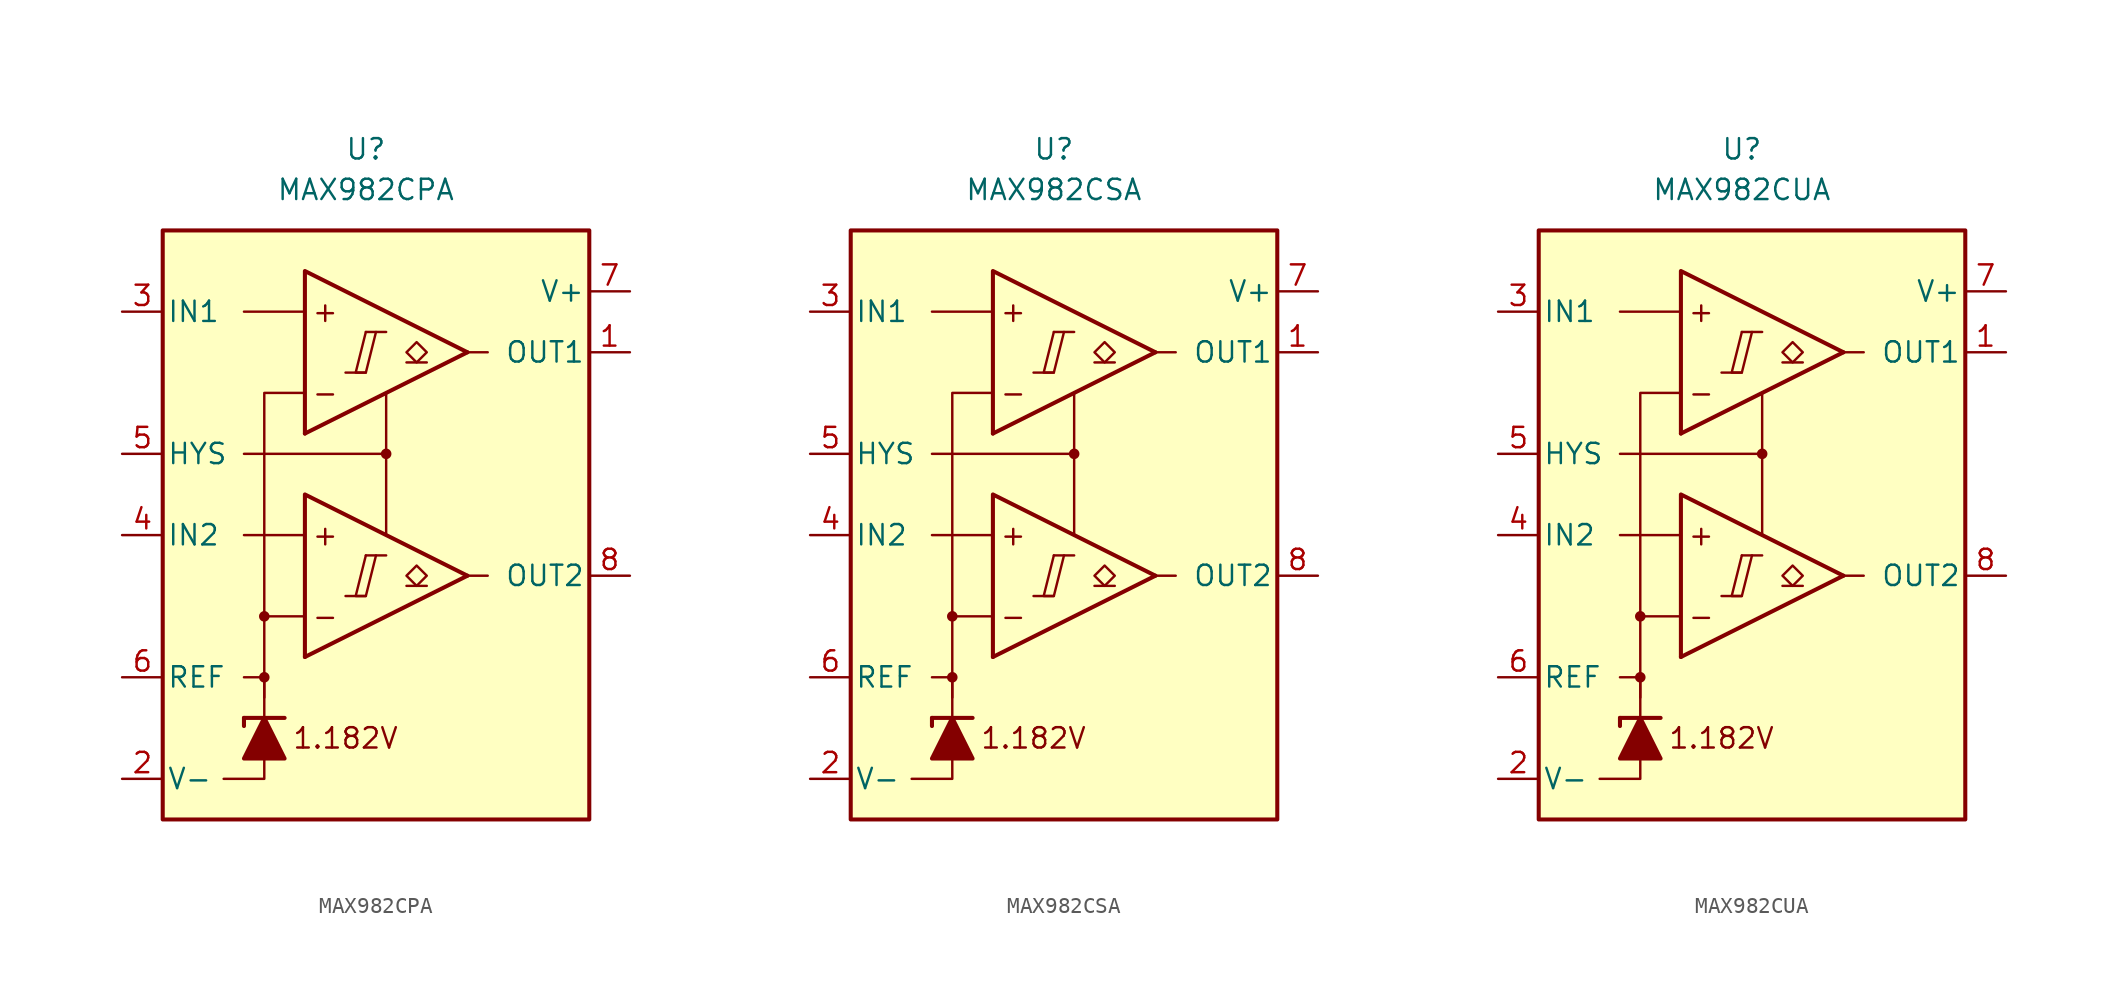
<source format=kicad_sym>
(kicad_symbol_lib
  (version 20231120)
  (generator "kicad_symbol_editor")
  (generator_version "8.0")
  (symbol "MAX982CPA"
    (pin_names
      (offset 0.254))
    (property "Reference" "U"
      (at -1.27 22.86 0)
      (effects (font (size 1.27 1.27))))
    (property "Value" "MAX982CPA"
      (at -1.27 20.32 0)
      (effects (font (size 1.27 1.27))))
    (symbol "MAX982CPA_0_0"
      (rectangle (start -13.97 17.78) (end 12.7 -19.05) (stroke (width 0.254) (type default)) (fill (type background)))
      (circle (center -7.62 -10.16) (radius 0.254) (stroke (width 0.152) (type default)) (fill (type outline)))
      (circle (center -7.62 -6.35) (radius 0.254) (stroke (width 0.152) (type default)) (fill (type outline)))
      (polyline (pts (xy -2.54 -5.08) (xy -1.27 -5.08)) (stroke (width 0.152) (type default)) (fill (type none)))
      (polyline (pts (xy -2.54 8.89) (xy -1.27 8.89)) (stroke (width 0.152) (type default)) (fill (type none)))
      (polyline (pts (xy -1.27 -2.54) (xy 0 -2.54)) (stroke (width 0.152) (type default)) (fill (type none)))
      (polyline (pts (xy -1.27 11.43) (xy 0 11.43)) (stroke (width 0.152) (type default)) (fill (type none)))
      (polyline (pts (xy 5.08 -3.81) (xy -5.08 -8.89)) (stroke (width 0.254) (type default)) (fill (type none)))
      (polyline (pts (xy 5.08 10.16) (xy -5.08 5.08)) (stroke (width 0.254) (type default)) (fill (type none)))
      (polyline (pts (xy 5.08 -3.81) (xy -5.08 1.27) (xy -5.08 -8.89)) (stroke (width 0.254) (type default)) (fill (type background)))
      (polyline (pts (xy 5.08 10.16) (xy -5.08 15.24) (xy -5.08 5.08)) (stroke (width 0.254) (type default)) (fill (type background)))
      (polyline (pts (xy -1.27 -2.54) (xy -1.905 -5.08) (xy -1.27 -5.08) (xy -0.635 -2.54)) (stroke (width 0.152) (type default)) (fill (type none)))
      (polyline (pts (xy -1.27 11.43) (xy -1.905 8.89) (xy -1.27 8.89) (xy -0.635 11.43)) (stroke (width 0.152) (type default)) (fill (type none)))
      (circle (center 0 3.81) (radius 0.254) (stroke (width 0.152) (type default)) (fill (type outline)))
      (text "+" (at -3.81 -1.27 0) (effects (font (size 1.27 1.27))))
      (text "+" (at -3.81 12.7 0) (effects (font (size 1.27 1.27))))
      (text "-" (at -3.81 -6.35 0) (effects (font (size 1.27 1.27))))
      (text "-" (at -3.81 7.62 0) (effects (font (size 1.27 1.27))))
      (text "1.182V" (at -2.54 -13.97 0) (effects (font (size 1.27 1.27)))))
    (symbol "MAX982CPA_0_1"
      (polyline (pts (xy -8.89 -12.7) (xy -8.89 -13.208)) (stroke (width 0.254) (type default)) (fill (type none)))
      (polyline (pts (xy -8.89 -12.7) (xy -6.35 -12.7)) (stroke (width 0.254) (type default)) (fill (type none)))
      (polyline (pts (xy -5.08 -1.27) (xy -8.89 -1.27)) (stroke (width 0) (type default)) (fill (type none)))
      (polyline (pts (xy -5.08 12.7) (xy -8.89 12.7)) (stroke (width 0) (type default)) (fill (type none)))
      (polyline (pts (xy 0 3.81) (xy 0 -1.27)) (stroke (width 0) (type default)) (fill (type none)))
      (polyline (pts (xy 5.08 -3.81) (xy 6.35 -3.81)) (stroke (width 0) (type default)) (fill (type none)))
      (polyline (pts (xy 5.08 10.16) (xy 6.35 10.16)) (stroke (width 0) (type default)) (fill (type none)))
      (polyline (pts (xy -7.62 -15.24) (xy -7.62 -16.51) (xy -10.16 -16.51)) (stroke (width 0) (type default)) (fill (type none)))
      (polyline (pts (xy -7.62 -12.7) (xy -7.62 -10.16) (xy -8.89 -10.16)) (stroke (width 0) (type default)) (fill (type none)))
      (polyline (pts (xy -7.62 -11.43) (xy -7.62 -6.35) (xy -5.08 -6.35)) (stroke (width 0) (type default)) (fill (type none)))
      (polyline (pts (xy -7.62 -6.35) (xy -7.62 7.62) (xy -5.08 7.62)) (stroke (width 0) (type default)) (fill (type none)))
      (polyline (pts (xy 0 7.62) (xy 0 3.81) (xy -8.89 3.81)) (stroke (width 0) (type default)) (fill (type none)))
      (polyline (pts (xy -6.35 -15.24) (xy -8.89 -15.24) (xy -7.62 -12.7) (xy -6.35 -15.24)) (stroke (width 0.254) (type default)) (fill (type outline))))
    (symbol "MAX982CPA_1_1"
      (polyline (pts (xy 2.54 -4.445) (xy 1.27 -4.445)) (stroke (width 0.152) (type default)) (fill (type none)))
      (polyline (pts (xy 2.54 9.525) (xy 1.27 9.525)) (stroke (width 0.152) (type default)) (fill (type none)))
      (polyline (pts (xy 1.905 -4.445) (xy 1.27 -3.81) (xy 1.905 -3.175) (xy 2.54 -3.81) (xy 1.905 -4.445)) (stroke (width 0.152) (type default)) (fill (type none)))
      (polyline (pts (xy 1.905 9.525) (xy 1.27 10.16) (xy 1.905 10.795) (xy 2.54 10.16) (xy 1.905 9.525)) (stroke (width 0.152) (type default)) (fill (type none)))
      (pin output line (at 15.24 10.16 180) (length 2.54) (name "OUT1" (effects (font (size 1.27 1.27)))) (number "1" (effects (font (size 1.27 1.27)))))
      (pin power_in line (at -16.51 -16.51 0) (length 2.54) (name "V-" (effects (font (size 1.27 1.27)))) (number "2" (effects (font (size 1.27 1.27)))))
      (pin input line (at -16.51 12.7 0) (length 2.54) (name "IN1" (effects (font (size 1.27 1.27)))) (number "3" (effects (font (size 1.27 1.27)))))
      (pin input line (at -16.51 -1.27 0) (length 2.54) (name "IN2" (effects (font (size 1.27 1.27)))) (number "4" (effects (font (size 1.27 1.27)))))
      (pin input line (at -16.51 3.81 0) (length 2.54) (name "HYS" (effects (font (size 1.27 1.27)))) (number "5" (effects (font (size 1.27 1.27)))))
      (pin output line (at -16.51 -10.16 0) (length 2.54) (name "REF" (effects (font (size 1.27 1.27)))) (number "6" (effects (font (size 1.27 1.27)))))
      (pin power_in line (at 15.24 13.97 180) (length 2.54) (name "V+" (effects (font (size 1.27 1.27)))) (number "7" (effects (font (size 1.27 1.27)))))
      (pin output line (at 15.24 -3.81 180) (length 2.54) (name "OUT2" (effects (font (size 1.27 1.27)))) (number "8" (effects (font (size 1.27 1.27)))))))
  (symbol "MAX982CSA"
    (pin_names
      (offset 0.254))
    (property "Reference" "U"
      (at -1.27 22.86 0)
      (effects (font (size 1.27 1.27))))
    (property "Value" "MAX982CSA"
      (at -1.27 20.32 0)
      (effects (font (size 1.27 1.27))))
    (symbol "MAX982CSA_0_0"
      (rectangle (start -13.97 17.78) (end 12.7 -19.05) (stroke (width 0.254) (type default)) (fill (type background)))
      (circle (center -7.62 -10.16) (radius 0.254) (stroke (width 0.152) (type default)) (fill (type outline)))
      (circle (center -7.62 -6.35) (radius 0.254) (stroke (width 0.152) (type default)) (fill (type outline)))
      (polyline (pts (xy -2.54 -5.08) (xy -1.27 -5.08)) (stroke (width 0.152) (type default)) (fill (type none)))
      (polyline (pts (xy -2.54 8.89) (xy -1.27 8.89)) (stroke (width 0.152) (type default)) (fill (type none)))
      (polyline (pts (xy -1.27 -2.54) (xy 0 -2.54)) (stroke (width 0.152) (type default)) (fill (type none)))
      (polyline (pts (xy -1.27 11.43) (xy 0 11.43)) (stroke (width 0.152) (type default)) (fill (type none)))
      (polyline (pts (xy 5.08 -3.81) (xy -5.08 -8.89)) (stroke (width 0.254) (type default)) (fill (type none)))
      (polyline (pts (xy 5.08 10.16) (xy -5.08 5.08)) (stroke (width 0.254) (type default)) (fill (type none)))
      (polyline (pts (xy 5.08 -3.81) (xy -5.08 1.27) (xy -5.08 -8.89)) (stroke (width 0.254) (type default)) (fill (type background)))
      (polyline (pts (xy 5.08 10.16) (xy -5.08 15.24) (xy -5.08 5.08)) (stroke (width 0.254) (type default)) (fill (type background)))
      (polyline (pts (xy -1.27 -2.54) (xy -1.905 -5.08) (xy -1.27 -5.08) (xy -0.635 -2.54)) (stroke (width 0.152) (type default)) (fill (type none)))
      (polyline (pts (xy -1.27 11.43) (xy -1.905 8.89) (xy -1.27 8.89) (xy -0.635 11.43)) (stroke (width 0.152) (type default)) (fill (type none)))
      (circle (center 0 3.81) (radius 0.254) (stroke (width 0.152) (type default)) (fill (type outline)))
      (text "+" (at -3.81 -1.27 0) (effects (font (size 1.27 1.27))))
      (text "+" (at -3.81 12.7 0) (effects (font (size 1.27 1.27))))
      (text "-" (at -3.81 -6.35 0) (effects (font (size 1.27 1.27))))
      (text "-" (at -3.81 7.62 0) (effects (font (size 1.27 1.27))))
      (text "1.182V" (at -2.54 -13.97 0) (effects (font (size 1.27 1.27)))))
    (symbol "MAX982CSA_0_1"
      (polyline (pts (xy -8.89 -12.7) (xy -8.89 -13.208)) (stroke (width 0.254) (type default)) (fill (type none)))
      (polyline (pts (xy -8.89 -12.7) (xy -6.35 -12.7)) (stroke (width 0.254) (type default)) (fill (type none)))
      (polyline (pts (xy -5.08 -1.27) (xy -8.89 -1.27)) (stroke (width 0) (type default)) (fill (type none)))
      (polyline (pts (xy -5.08 12.7) (xy -8.89 12.7)) (stroke (width 0) (type default)) (fill (type none)))
      (polyline (pts (xy 0 3.81) (xy 0 -1.27)) (stroke (width 0) (type default)) (fill (type none)))
      (polyline (pts (xy 5.08 -3.81) (xy 6.35 -3.81)) (stroke (width 0) (type default)) (fill (type none)))
      (polyline (pts (xy 5.08 10.16) (xy 6.35 10.16)) (stroke (width 0) (type default)) (fill (type none)))
      (polyline (pts (xy -7.62 -15.24) (xy -7.62 -16.51) (xy -10.16 -16.51)) (stroke (width 0) (type default)) (fill (type none)))
      (polyline (pts (xy -7.62 -12.7) (xy -7.62 -10.16) (xy -8.89 -10.16)) (stroke (width 0) (type default)) (fill (type none)))
      (polyline (pts (xy -7.62 -11.43) (xy -7.62 -6.35) (xy -5.08 -6.35)) (stroke (width 0) (type default)) (fill (type none)))
      (polyline (pts (xy -7.62 -6.35) (xy -7.62 7.62) (xy -5.08 7.62)) (stroke (width 0) (type default)) (fill (type none)))
      (polyline (pts (xy 0 7.62) (xy 0 3.81) (xy -8.89 3.81)) (stroke (width 0) (type default)) (fill (type none)))
      (polyline (pts (xy -6.35 -15.24) (xy -8.89 -15.24) (xy -7.62 -12.7) (xy -6.35 -15.24)) (stroke (width 0.254) (type default)) (fill (type outline))))
    (symbol "MAX982CSA_1_1"
      (polyline (pts (xy 2.54 -4.445) (xy 1.27 -4.445)) (stroke (width 0.152) (type default)) (fill (type none)))
      (polyline (pts (xy 2.54 9.525) (xy 1.27 9.525)) (stroke (width 0.152) (type default)) (fill (type none)))
      (polyline (pts (xy 1.905 -4.445) (xy 1.27 -3.81) (xy 1.905 -3.175) (xy 2.54 -3.81) (xy 1.905 -4.445)) (stroke (width 0.152) (type default)) (fill (type none)))
      (polyline (pts (xy 1.905 9.525) (xy 1.27 10.16) (xy 1.905 10.795) (xy 2.54 10.16) (xy 1.905 9.525)) (stroke (width 0.152) (type default)) (fill (type none)))
      (pin output line (at 15.24 10.16 180) (length 2.54) (name "OUT1" (effects (font (size 1.27 1.27)))) (number "1" (effects (font (size 1.27 1.27)))))
      (pin power_in line (at -16.51 -16.51 0) (length 2.54) (name "V-" (effects (font (size 1.27 1.27)))) (number "2" (effects (font (size 1.27 1.27)))))
      (pin input line (at -16.51 12.7 0) (length 2.54) (name "IN1" (effects (font (size 1.27 1.27)))) (number "3" (effects (font (size 1.27 1.27)))))
      (pin input line (at -16.51 -1.27 0) (length 2.54) (name "IN2" (effects (font (size 1.27 1.27)))) (number "4" (effects (font (size 1.27 1.27)))))
      (pin input line (at -16.51 3.81 0) (length 2.54) (name "HYS" (effects (font (size 1.27 1.27)))) (number "5" (effects (font (size 1.27 1.27)))))
      (pin output line (at -16.51 -10.16 0) (length 2.54) (name "REF" (effects (font (size 1.27 1.27)))) (number "6" (effects (font (size 1.27 1.27)))))
      (pin power_in line (at 15.24 13.97 180) (length 2.54) (name "V+" (effects (font (size 1.27 1.27)))) (number "7" (effects (font (size 1.27 1.27)))))
      (pin output line (at 15.24 -3.81 180) (length 2.54) (name "OUT2" (effects (font (size 1.27 1.27)))) (number "8" (effects (font (size 1.27 1.27)))))))
  (symbol "MAX982CUA"
    (pin_names
      (offset 0.254))
    (property "Reference" "U"
      (at -1.27 22.86 0)
      (effects (font (size 1.27 1.27))))
    (property "Value" "MAX982CUA"
      (at -1.27 20.32 0)
      (effects (font (size 1.27 1.27))))
    (symbol "MAX982CUA_0_0"
      (rectangle (start -13.97 17.78) (end 12.7 -19.05) (stroke (width 0.254) (type default)) (fill (type background)))
      (circle (center -7.62 -10.16) (radius 0.254) (stroke (width 0.152) (type default)) (fill (type outline)))
      (circle (center -7.62 -6.35) (radius 0.254) (stroke (width 0.152) (type default)) (fill (type outline)))
      (polyline (pts (xy -2.54 -5.08) (xy -1.27 -5.08)) (stroke (width 0.152) (type default)) (fill (type none)))
      (polyline (pts (xy -2.54 8.89) (xy -1.27 8.89)) (stroke (width 0.152) (type default)) (fill (type none)))
      (polyline (pts (xy -1.27 -2.54) (xy 0 -2.54)) (stroke (width 0.152) (type default)) (fill (type none)))
      (polyline (pts (xy -1.27 11.43) (xy 0 11.43)) (stroke (width 0.152) (type default)) (fill (type none)))
      (polyline (pts (xy 5.08 -3.81) (xy -5.08 -8.89)) (stroke (width 0.254) (type default)) (fill (type none)))
      (polyline (pts (xy 5.08 10.16) (xy -5.08 5.08)) (stroke (width 0.254) (type default)) (fill (type none)))
      (polyline (pts (xy 5.08 -3.81) (xy -5.08 1.27) (xy -5.08 -8.89)) (stroke (width 0.254) (type default)) (fill (type background)))
      (polyline (pts (xy 5.08 10.16) (xy -5.08 15.24) (xy -5.08 5.08)) (stroke (width 0.254) (type default)) (fill (type background)))
      (polyline (pts (xy -1.27 -2.54) (xy -1.905 -5.08) (xy -1.27 -5.08) (xy -0.635 -2.54)) (stroke (width 0.152) (type default)) (fill (type none)))
      (polyline (pts (xy -1.27 11.43) (xy -1.905 8.89) (xy -1.27 8.89) (xy -0.635 11.43)) (stroke (width 0.152) (type default)) (fill (type none)))
      (circle (center 0 3.81) (radius 0.254) (stroke (width 0.152) (type default)) (fill (type outline)))
      (text "+" (at -3.81 -1.27 0) (effects (font (size 1.27 1.27))))
      (text "+" (at -3.81 12.7 0) (effects (font (size 1.27 1.27))))
      (text "-" (at -3.81 -6.35 0) (effects (font (size 1.27 1.27))))
      (text "-" (at -3.81 7.62 0) (effects (font (size 1.27 1.27))))
      (text "1.182V" (at -2.54 -13.97 0) (effects (font (size 1.27 1.27)))))
    (symbol "MAX982CUA_0_1"
      (polyline (pts (xy -8.89 -12.7) (xy -8.89 -13.208)) (stroke (width 0.254) (type default)) (fill (type none)))
      (polyline (pts (xy -8.89 -12.7) (xy -6.35 -12.7)) (stroke (width 0.254) (type default)) (fill (type none)))
      (polyline (pts (xy -5.08 -1.27) (xy -8.89 -1.27)) (stroke (width 0) (type default)) (fill (type none)))
      (polyline (pts (xy -5.08 12.7) (xy -8.89 12.7)) (stroke (width 0) (type default)) (fill (type none)))
      (polyline (pts (xy 0 3.81) (xy 0 -1.27)) (stroke (width 0) (type default)) (fill (type none)))
      (polyline (pts (xy 5.08 -3.81) (xy 6.35 -3.81)) (stroke (width 0) (type default)) (fill (type none)))
      (polyline (pts (xy 5.08 10.16) (xy 6.35 10.16)) (stroke (width 0) (type default)) (fill (type none)))
      (polyline (pts (xy -7.62 -15.24) (xy -7.62 -16.51) (xy -10.16 -16.51)) (stroke (width 0) (type default)) (fill (type none)))
      (polyline (pts (xy -7.62 -12.7) (xy -7.62 -10.16) (xy -8.89 -10.16)) (stroke (width 0) (type default)) (fill (type none)))
      (polyline (pts (xy -7.62 -11.43) (xy -7.62 -6.35) (xy -5.08 -6.35)) (stroke (width 0) (type default)) (fill (type none)))
      (polyline (pts (xy -7.62 -6.35) (xy -7.62 7.62) (xy -5.08 7.62)) (stroke (width 0) (type default)) (fill (type none)))
      (polyline (pts (xy 0 7.62) (xy 0 3.81) (xy -8.89 3.81)) (stroke (width 0) (type default)) (fill (type none)))
      (polyline (pts (xy -6.35 -15.24) (xy -8.89 -15.24) (xy -7.62 -12.7) (xy -6.35 -15.24)) (stroke (width 0.254) (type default)) (fill (type outline))))
    (symbol "MAX982CUA_1_1"
      (polyline (pts (xy 2.54 -4.445) (xy 1.27 -4.445)) (stroke (width 0.152) (type default)) (fill (type none)))
      (polyline (pts (xy 2.54 9.525) (xy 1.27 9.525)) (stroke (width 0.152) (type default)) (fill (type none)))
      (polyline (pts (xy 1.905 -4.445) (xy 1.27 -3.81) (xy 1.905 -3.175) (xy 2.54 -3.81) (xy 1.905 -4.445)) (stroke (width 0.152) (type default)) (fill (type none)))
      (polyline (pts (xy 1.905 9.525) (xy 1.27 10.16) (xy 1.905 10.795) (xy 2.54 10.16) (xy 1.905 9.525)) (stroke (width 0.152) (type default)) (fill (type none)))
      (pin output line (at 15.24 10.16 180) (length 2.54) (name "OUT1" (effects (font (size 1.27 1.27)))) (number "1" (effects (font (size 1.27 1.27)))))
      (pin power_in line (at -16.51 -16.51 0) (length 2.54) (name "V-" (effects (font (size 1.27 1.27)))) (number "2" (effects (font (size 1.27 1.27)))))
      (pin input line (at -16.51 12.7 0) (length 2.54) (name "IN1" (effects (font (size 1.27 1.27)))) (number "3" (effects (font (size 1.27 1.27)))))
      (pin input line (at -16.51 -1.27 0) (length 2.54) (name "IN2" (effects (font (size 1.27 1.27)))) (number "4" (effects (font (size 1.27 1.27)))))
      (pin input line (at -16.51 3.81 0) (length 2.54) (name "HYS" (effects (font (size 1.27 1.27)))) (number "5" (effects (font (size 1.27 1.27)))))
      (pin output line (at -16.51 -10.16 0) (length 2.54) (name "REF" (effects (font (size 1.27 1.27)))) (number "6" (effects (font (size 1.27 1.27)))))
      (pin power_in line (at 15.24 13.97 180) (length 2.54) (name "V+" (effects (font (size 1.27 1.27)))) (number "7" (effects (font (size 1.27 1.27)))))
      (pin output line (at 15.24 -3.81 180) (length 2.54) (name "OUT2" (effects (font (size 1.27 1.27)))) (number "8" (effects (font (size 1.27 1.27))))))))
</source>
